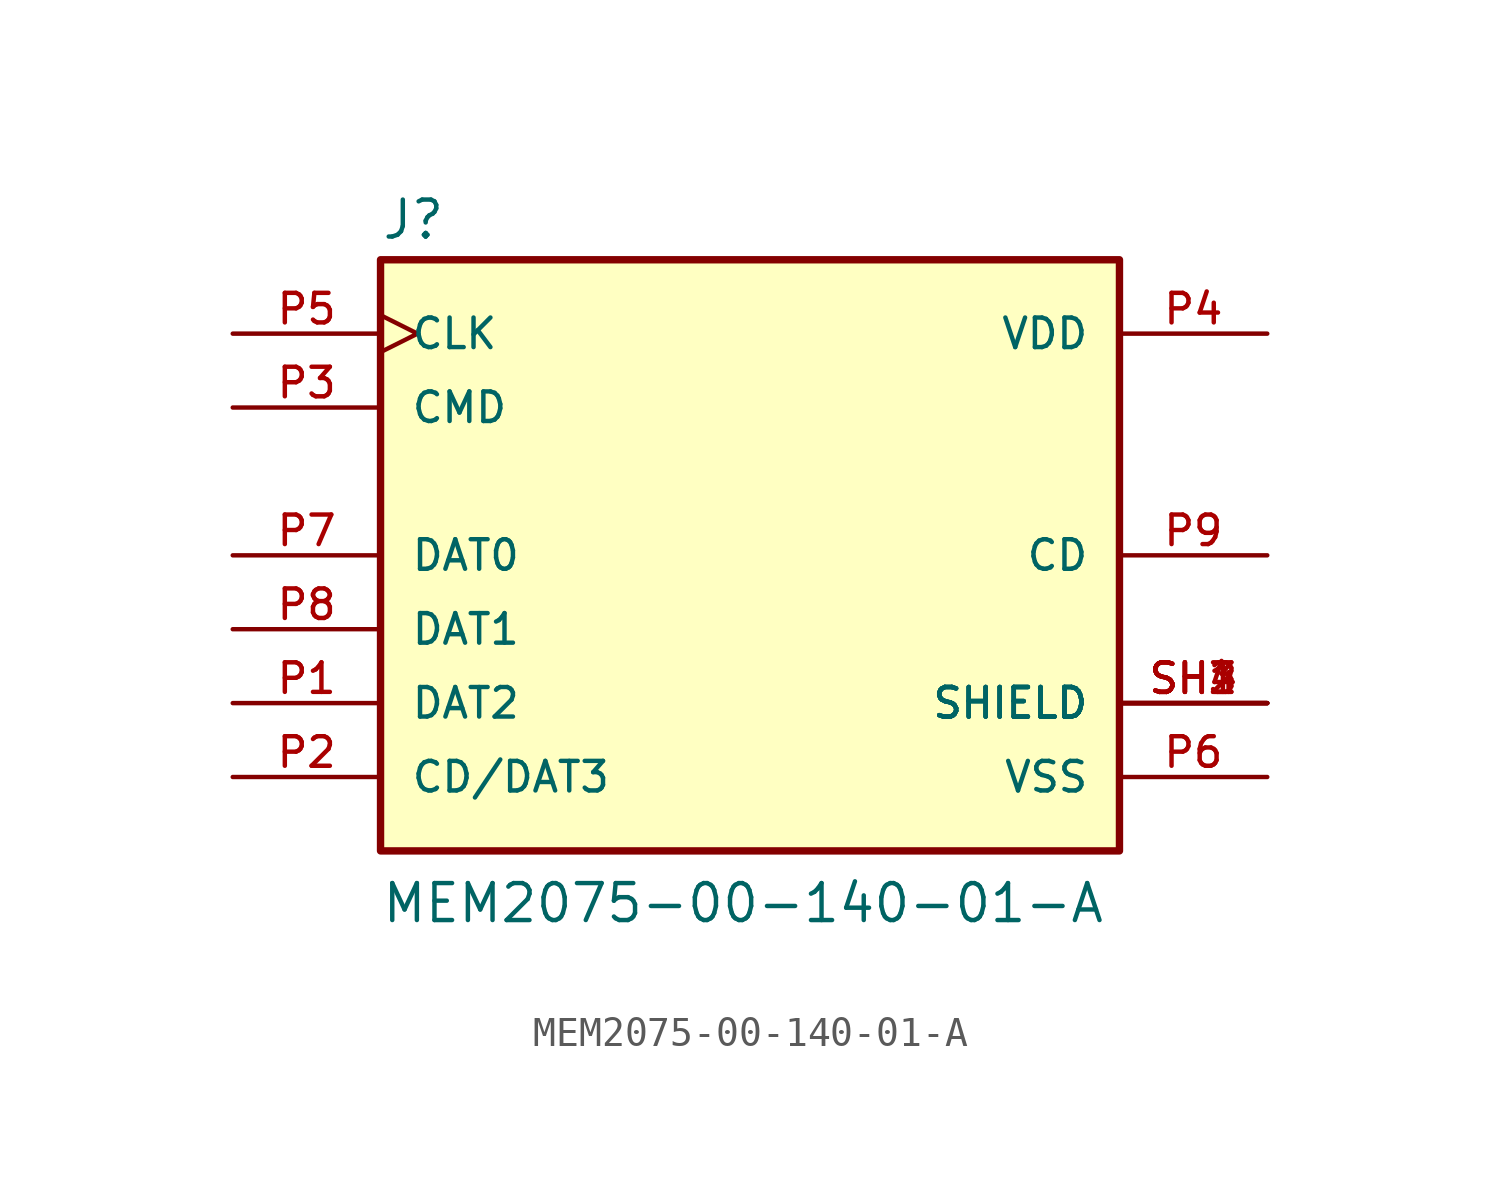
<source format=kicad_sym>
(kicad_symbol_lib
  (version 20211014)
  (generator kicad_symbol_editor)
  (symbol "MEM2075-00-140-01-A"
    (pin_names
      (offset 1.016))
    (property "Reference" "J"
      (at -12.7 10.795 0)
      (effects (font (size 1.27 1.27)) (justify left bottom)))
    (property "Value" "MEM2075-00-140-01-A"
      (at -12.7 -12.7 0)
      (effects (font (size 1.27 1.27)) (justify left bottom)))
    (property "ki_locked" ""
      (at 0 0 0)
      (effects (font (size 1.27 1.27))))
    (symbol "MEM2075-00-140-01-A_0_0"
      (rectangle (start -12.7 -10.16) (end 12.7 10.16) (stroke (width 0.254) (type default) (color 0 0 0 0)) (fill (type background)))
      (pin bidirectional line (at -17.78 -5.08 0) (length 5.08) (name "DAT2" (effects (font (size 1.016 1.016)))) (number "P1" (effects (font (size 1.016 1.016)))))
      (pin bidirectional line (at -17.78 -7.62 0) (length 5.08) (name "CD/DAT3" (effects (font (size 1.016 1.016)))) (number "P2" (effects (font (size 1.016 1.016)))))
      (pin bidirectional line (at -17.78 5.08 0) (length 5.08) (name "CMD" (effects (font (size 1.016 1.016)))) (number "P3" (effects (font (size 1.016 1.016)))))
      (pin power_in line (at 17.78 7.62 180) (length 5.08) (name "VDD" (effects (font (size 1.016 1.016)))) (number "P4" (effects (font (size 1.016 1.016)))))
      (pin bidirectional clock (at -17.78 7.62 0) (length 5.08) (name "CLK" (effects (font (size 1.016 1.016)))) (number "P5" (effects (font (size 1.016 1.016)))))
      (pin power_in line (at 17.78 -7.62 180) (length 5.08) (name "VSS" (effects (font (size 1.016 1.016)))) (number "P6" (effects (font (size 1.016 1.016)))))
      (pin bidirectional line (at -17.78 0 0) (length 5.08) (name "DAT0" (effects (font (size 1.016 1.016)))) (number "P7" (effects (font (size 1.016 1.016)))))
      (pin bidirectional line (at -17.78 -2.54 0) (length 5.08) (name "DAT1" (effects (font (size 1.016 1.016)))) (number "P8" (effects (font (size 1.016 1.016)))))
      (pin passive line (at 17.78 0 180) (length 5.08) (name "CD" (effects (font (size 1.016 1.016)))) (number "P9" (effects (font (size 1.016 1.016)))))
      (pin power_in line (at 17.78 -5.08 180) (length 5.08) (name "SHIELD" (effects (font (size 1.016 1.016)))) (number "SH1" (effects (font (size 1.016 1.016)))))
      (pin power_in line (at 17.78 -5.08 180) (length 5.08) (name "SHIELD" (effects (font (size 1.016 1.016)))) (number "SH2" (effects (font (size 1.016 1.016)))))
      (pin power_in line (at 17.78 -5.08 180) (length 5.08) (name "SHIELD" (effects (font (size 1.016 1.016)))) (number "SH3" (effects (font (size 1.016 1.016)))))
      (pin power_in line (at 17.78 -5.08 180) (length 5.08) (name "SHIELD" (effects (font (size 1.016 1.016)))) (number "SH4" (effects (font (size 1.016 1.016))))))))
</source>
